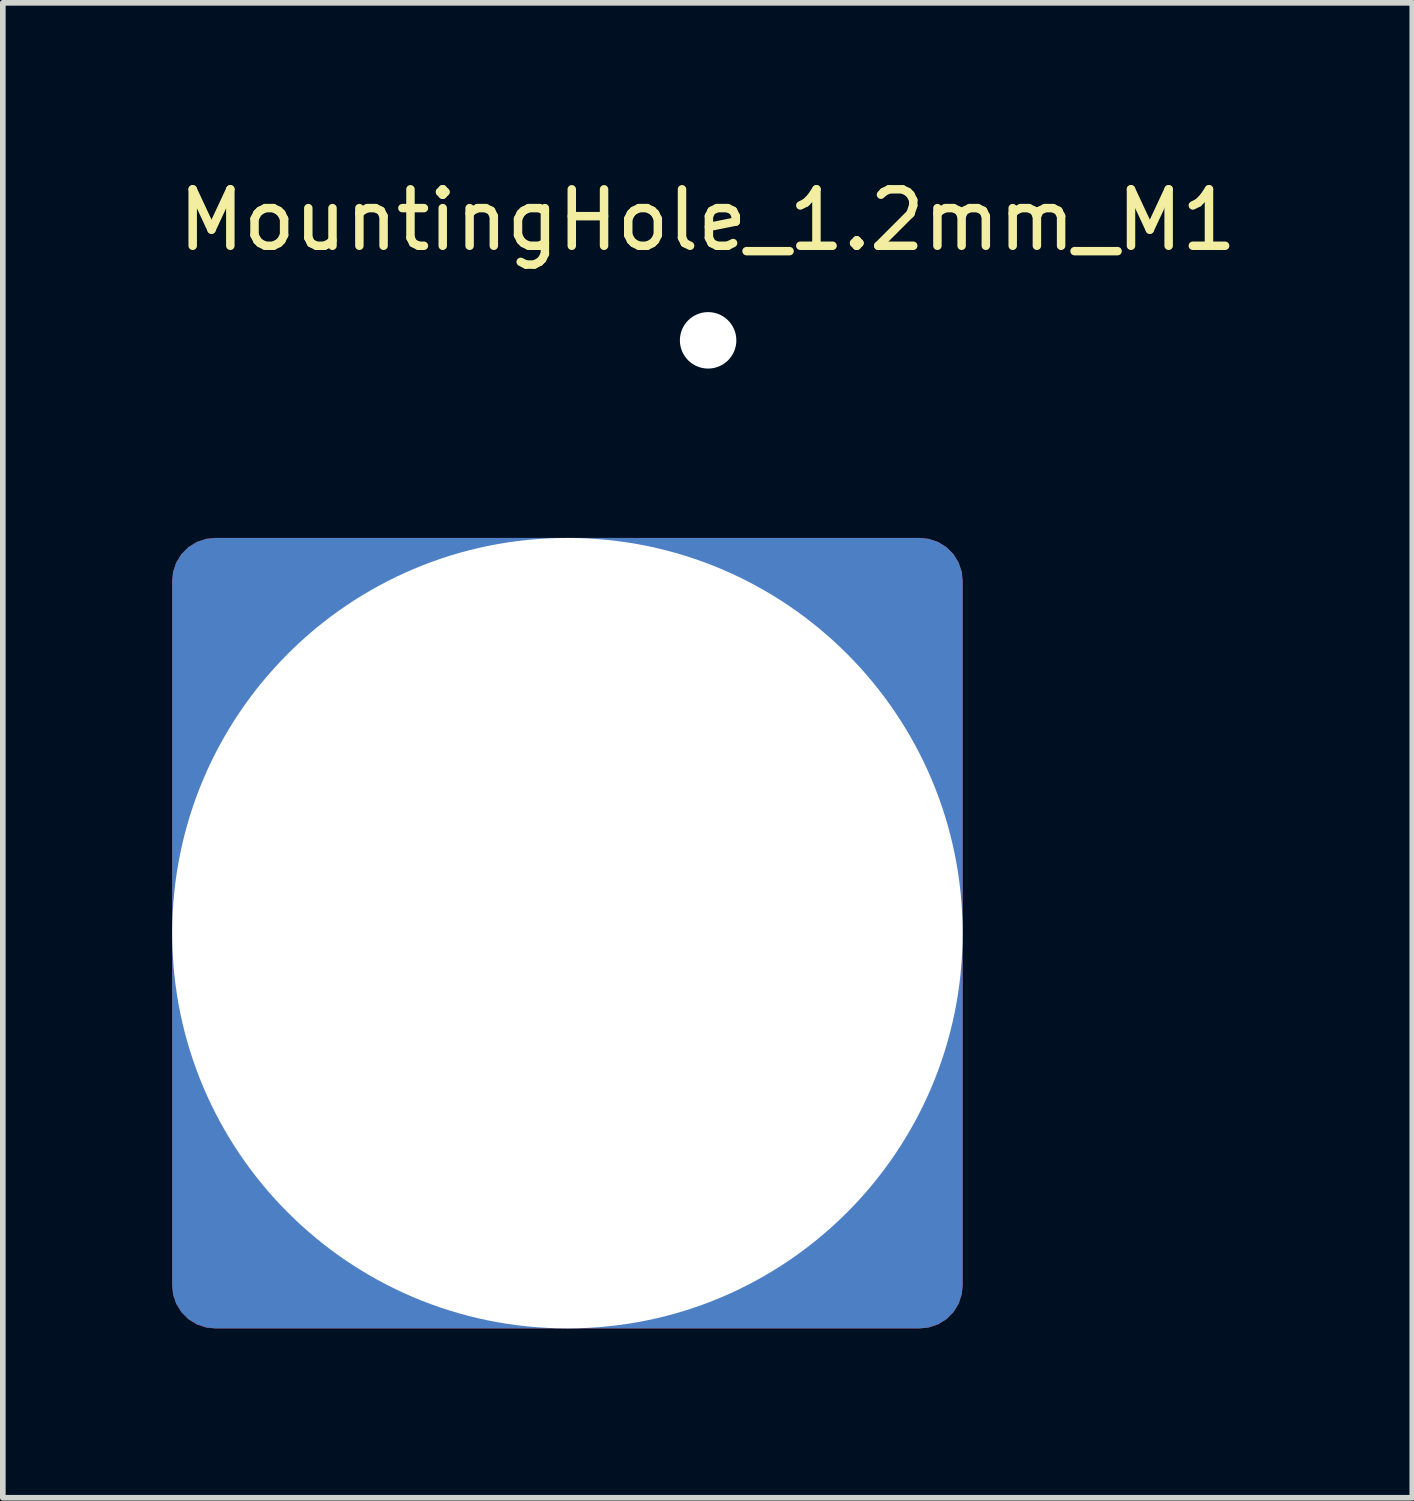
<source format=kicad_pcb>
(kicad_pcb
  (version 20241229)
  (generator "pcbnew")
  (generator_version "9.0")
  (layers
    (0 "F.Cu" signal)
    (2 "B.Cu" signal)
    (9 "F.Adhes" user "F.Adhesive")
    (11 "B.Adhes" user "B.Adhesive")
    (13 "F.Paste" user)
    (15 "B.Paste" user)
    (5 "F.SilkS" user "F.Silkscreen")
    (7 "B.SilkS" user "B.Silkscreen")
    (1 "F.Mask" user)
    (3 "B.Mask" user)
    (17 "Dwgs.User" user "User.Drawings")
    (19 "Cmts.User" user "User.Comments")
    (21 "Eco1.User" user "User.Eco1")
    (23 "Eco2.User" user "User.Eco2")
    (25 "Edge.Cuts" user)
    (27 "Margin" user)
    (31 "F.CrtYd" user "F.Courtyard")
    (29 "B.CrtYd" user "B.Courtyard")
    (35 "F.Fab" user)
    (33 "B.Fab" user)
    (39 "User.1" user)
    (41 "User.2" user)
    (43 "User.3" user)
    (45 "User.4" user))
  (footprint "MountingHole_1.2mm_M1"
    (layer "F.Cu")
    (at 9.492 2.978)
    (property "Reference" "MountingHole_1.2mm_M1" (at -0.01 -2.13 0) (layer "F.SilkS") (effects (font (size 1 1) (thickness 0.15))))
    (attr exclude_from_pos_files exclude_from_bom)
    (pad "" np_thru_hole circle (at 0 0) (size 1 1) (drill 1) (layers "*.Cu" "*.Mask")))
  (footprint "MX1UHole"
    (layer "F.Cu")
    (at 7 13.478)
    (property "Reference" "MX1UHole" (at 0 0.5 0) (layer "F.SilkS") (effects (font (size 1 1) (thickness 0.15))))
    (attr through_hole)
    (pad "" np_thru_hole roundrect (at 0 0) (size 14 14) (drill oval 14) (layers "*.Cu" "*.Mask") (roundrect_rratio 0.054)))
  (gr_rect
    (start -3 -3)
    (end 21.964 23.478)
    (stroke (width 0.1) (type default))
    (fill no)
    (layer "Edge.Cuts")))
</source>
